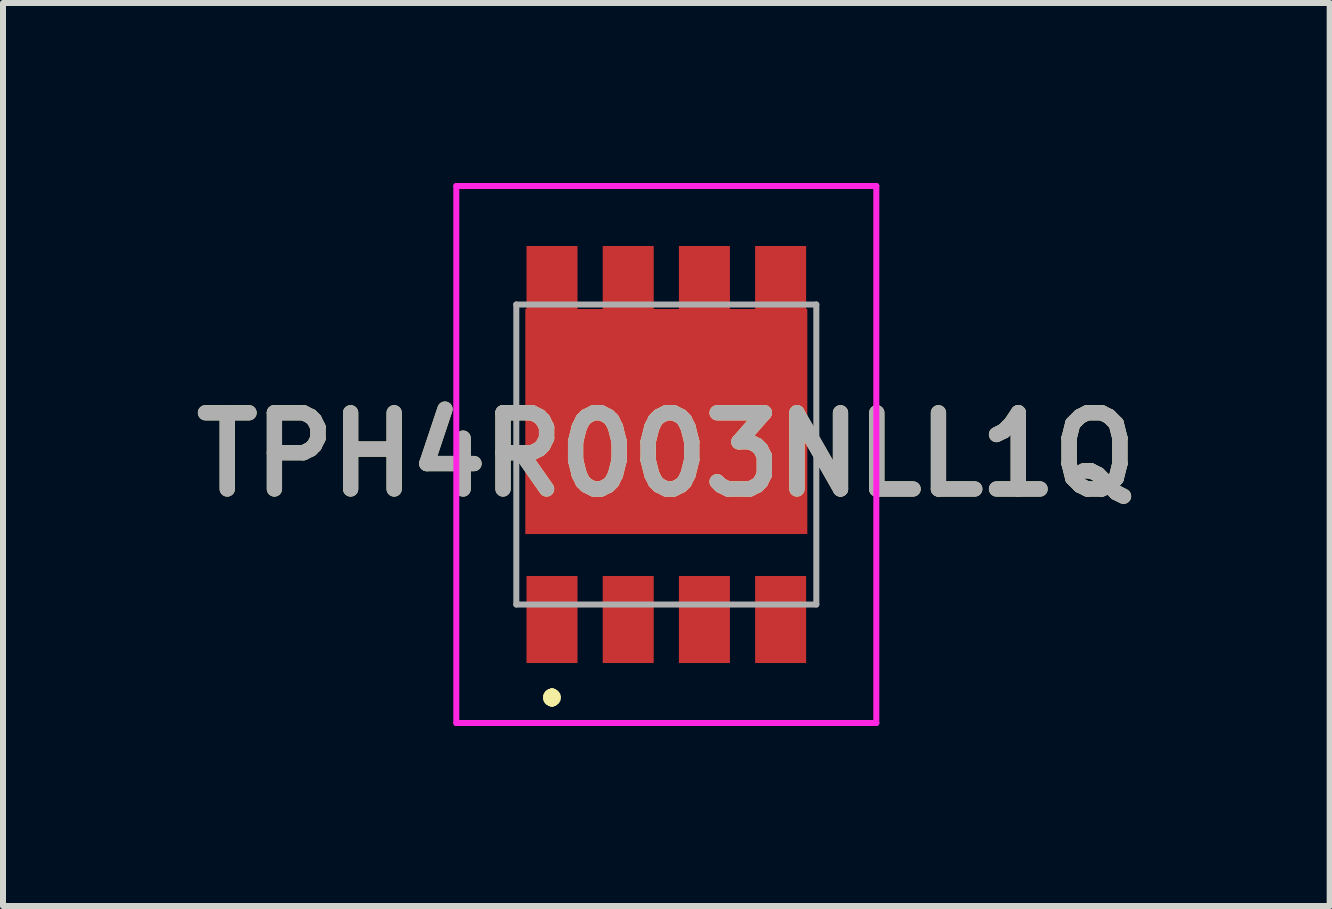
<source format=kicad_pcb>
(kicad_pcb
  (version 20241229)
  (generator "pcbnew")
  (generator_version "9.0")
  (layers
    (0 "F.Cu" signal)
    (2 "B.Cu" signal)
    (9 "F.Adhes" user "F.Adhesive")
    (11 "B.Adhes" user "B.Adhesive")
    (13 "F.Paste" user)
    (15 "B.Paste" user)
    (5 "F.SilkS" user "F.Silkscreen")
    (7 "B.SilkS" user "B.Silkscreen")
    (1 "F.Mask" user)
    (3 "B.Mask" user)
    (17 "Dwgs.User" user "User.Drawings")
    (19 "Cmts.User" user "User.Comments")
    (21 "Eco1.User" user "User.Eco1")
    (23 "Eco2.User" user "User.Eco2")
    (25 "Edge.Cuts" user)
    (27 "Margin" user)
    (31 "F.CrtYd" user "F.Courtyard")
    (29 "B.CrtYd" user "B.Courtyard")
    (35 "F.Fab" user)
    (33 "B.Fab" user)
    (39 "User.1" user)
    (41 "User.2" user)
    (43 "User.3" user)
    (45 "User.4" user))
  (footprint "TPH4R003NLL1Q"
    (layer "F.Cu")
    (at 8.055 4.525)
    (property "Reference" "TPH4R003NLL1Q" (at 0 0 0) (layer "F.SilkS") (effects (font (size 1.27 1.27) (thickness 0.254))))
    (attr smd)
    (fp_line (start -1.905 4) (end -1.905 4) (stroke (width 0.2) (type solid)) (layer "F.SilkS"))
    (fp_line (start -1.905 4) (end -1.905 4) (stroke (width 0.2) (type solid)) (layer "F.SilkS"))
    (fp_line (start -1.905 4.1) (end -1.905 4.1) (stroke (width 0.2) (type solid)) (layer "F.SilkS"))
    (fp_arc (start -1.905 4) (mid -1.855 4.05) (end -1.905 4.1) (stroke (width 0.2) (type solid)) (layer "F.SilkS"))
    (fp_arc (start -1.905 4.1) (mid -1.955 4.05) (end -1.905 4) (stroke (width 0.2) (type solid)) (layer "F.SilkS"))
    (fp_arc (start -1.905 4.1) (mid -1.955 4.05) (end -1.905 4) (stroke (width 0.2) (type solid)) (layer "F.SilkS"))
    (fp_line (start -3.5 -4.475) (end 3.5 -4.475) (stroke (width 0.1) (type solid)) (layer "F.CrtYd"))
    (fp_line (start -3.5 4.475) (end -3.5 -4.475) (stroke (width 0.1) (type solid)) (layer "F.CrtYd"))
    (fp_line (start 3.5 -4.475) (end 3.5 4.475) (stroke (width 0.1) (type solid)) (layer "F.CrtYd"))
    (fp_line (start 3.5 4.475) (end -3.5 4.475) (stroke (width 0.1) (type solid)) (layer "F.CrtYd"))
    (fp_line (start -2.5 -2.5) (end -2.5 2.5) (stroke (width 0.1) (type solid)) (layer "F.Fab"))
    (fp_line (start -2.5 2.5) (end 2.5 2.5) (stroke (width 0.1) (type solid)) (layer "F.Fab"))
    (fp_line (start 2.5 -2.5) (end -2.5 -2.5) (stroke (width 0.1) (type solid)) (layer "F.Fab"))
    (fp_line (start 2.5 2.5) (end 2.5 -2.5) (stroke (width 0.1) (type solid)) (layer "F.Fab"))
    (fp_text user "${REFERENCE}" (at 0 0 0) (layer "F.Fab") (effects (font (size 1.27 1.27) (thickness 0.254))))
    (pad "1" smd rect (at -1.905 2.75) (size 0.85 1.45) (layers "F.Cu" "F.Mask" "F.Paste"))
    (pad "2" smd rect (at -0.635 2.75) (size 0.85 1.45) (layers "F.Cu" "F.Mask" "F.Paste"))
    (pad "3" smd rect (at 0.635 2.75) (size 0.85 1.45) (layers "F.Cu" "F.Mask" "F.Paste"))
    (pad "4" smd rect (at 1.905 2.75) (size 0.85 1.45) (layers "F.Cu" "F.Mask" "F.Paste"))
    (pad "5" smd rect (at 1.905 -2.95) (size 0.85 1.05) (layers "F.Cu" "F.Mask" "F.Paste"))
    (pad "6" smd rect (at 0.635 -2.95) (size 0.85 1.05) (layers "F.Cu" "F.Mask" "F.Paste"))
    (pad "7" smd rect (at -0.635 -2.95) (size 0.85 1.05) (layers "F.Cu" "F.Mask" "F.Paste"))
    (pad "8" smd rect (at -1.905 -2.95) (size 0.85 1.05) (layers "F.Cu" "F.Mask" "F.Paste"))
    (pad "9" smd rect (at 0 -0.55 90) (size 3.75 4.7) (layers "F.Cu" "F.Mask" "F.Paste")))
  (gr_rect
    (start -3 -3)
    (end 19.111 12.05)
    (stroke (width 0.1) (type default))
    (fill no)
    (layer "Edge.Cuts")))
</source>
